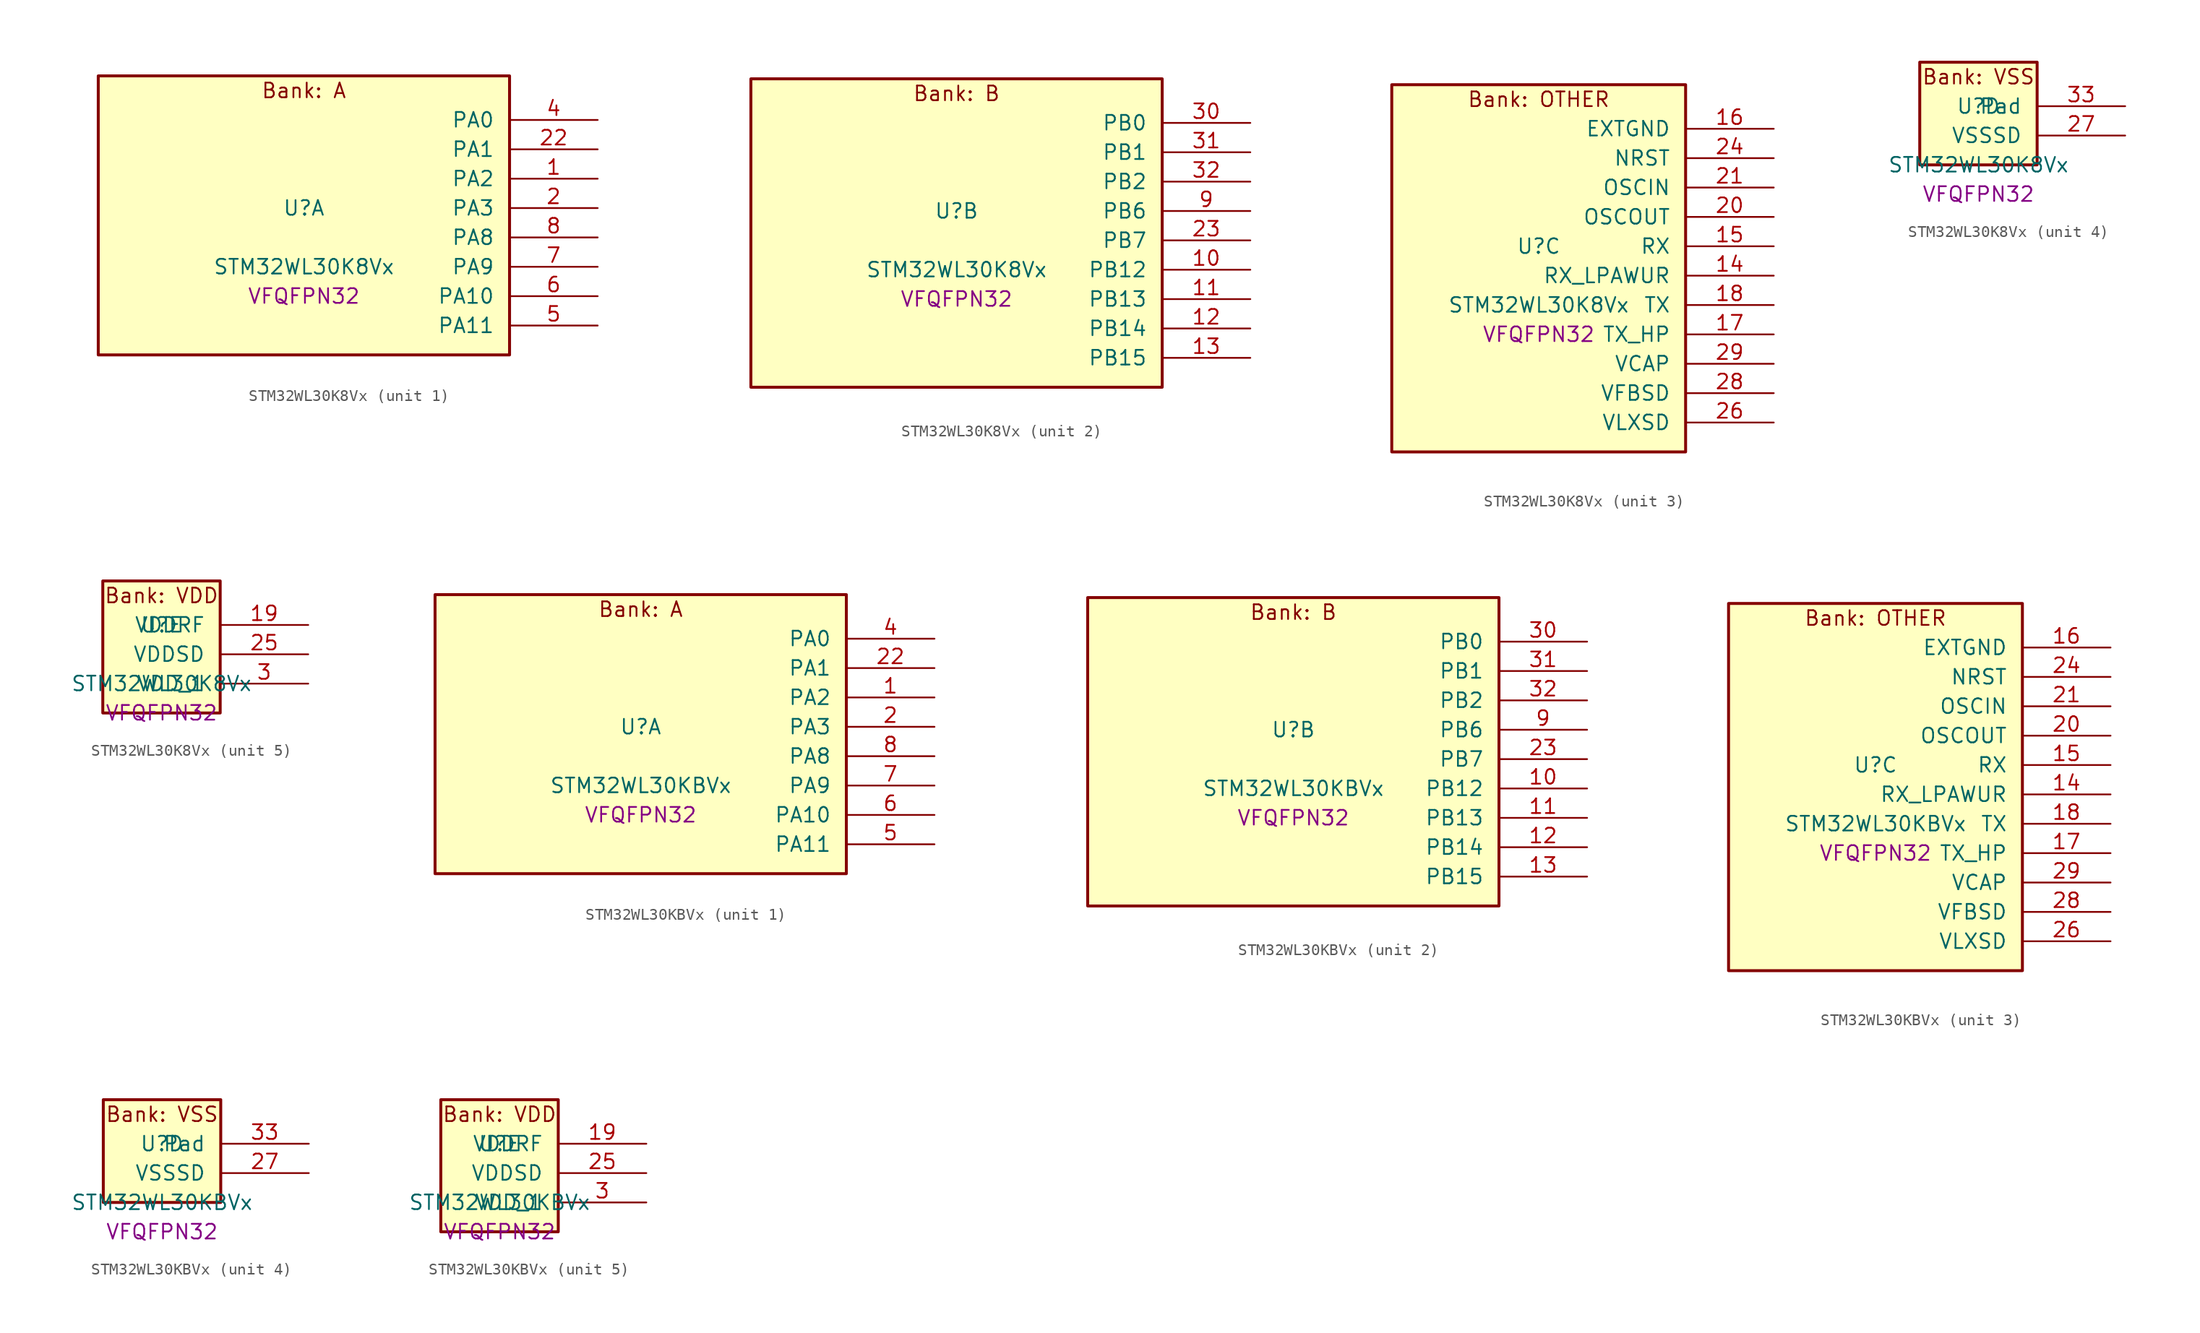
<source format=kicad_sym>
(kicad_symbol_lib
  (version 20241209)
  (generator "stm32_pkl_generator")
  (generator_version "1.0")
  (symbol "STM32WL30K8Vx"
    (pin_names
      (offset 1.27))
    (property "Reference" "U"
      (at 0 2.54 0))
    (property "Value" "STM32WL30K8Vx"
      (at 0 -2.54 0))
    (property "Footprint" "VFQFPN32"
      (at 0 -5.08 0))
    (symbol "STM32WL30K8Vx_1_1"
      (rectangle (start -17.78 13.97) (end 17.78 -10.16) (stroke (width 0.254) (type solid)) (fill (type background)))
      (text "Bank: A" (at 0 12.7 0))
      (pin bidirectional line (at 25.4 10.16 180) (length 7.62) (name "PA0") (number "4") (alternate "PA0/PWR_WKUP12" bidirectional line) (alternate "PA0/TIM2_CH3" bidirectional line) (alternate "PA0/USART1_CTS" bidirectional line))
      (pin bidirectional line (at 25.4 7.62 180) (length 7.62) (name "PA1") (number "22") (alternate "PA1/PWR_WKUP13" bidirectional line) (alternate "PA1/TIM16_BRK" bidirectional line) (alternate "PA1/TIM2_CH4" bidirectional line) (alternate "PA1/USART1_TX" bidirectional line))
      (pin bidirectional line (at 25.4 5.08 180) (length 7.62) (name "PA2") (number "1") (alternate "PA2/ADC1_VINM2" bidirectional line) (alternate "PA2/DEBUG_SWDIO" bidirectional line) (alternate "PA2/PWR_WKUP14" bidirectional line) (alternate "PA2/TIM16_CH1" bidirectional line) (alternate "PA2/TIM2_CH1" bidirectional line) (alternate "PA2/USART1_CK" bidirectional line))
      (pin bidirectional line (at 25.4 2.54 180) (length 7.62) (name "PA3") (number "2") (alternate "PA3/ADC1_VINP2" bidirectional line) (alternate "PA3/DEBUG_SWCLK" bidirectional line) (alternate "PA3/PWR_WKUP15" bidirectional line) (alternate "PA3/SPI3_SCK" bidirectional line) (alternate "PA3/TIM16_CH1N" bidirectional line) (alternate "PA3/TIM2_CH2" bidirectional line) (alternate "PA3/USART1_DE" bidirectional line) (alternate "PA3/USART1_RTS" bidirectional line))
      (pin bidirectional line (at 25.4 0 180) (length 7.62) (name "PA8") (number "8") (alternate "PA8/MRSUBG_RX_SEQUENCE" bidirectional line) (alternate "PA8/PWR_WKUP8" bidirectional line) (alternate "PA8/RTC_OUT" bidirectional line) (alternate "PA8/RTC_TAMP1" bidirectional line) (alternate "PA8/RTC_TS" bidirectional line) (alternate "PA8/SPI3_MISO" bidirectional line) (alternate "PA8/TIM2_CH3" bidirectional line) (alternate "PA8/USART1_RX" bidirectional line))
      (pin bidirectional line (at 25.4 -2.54 180) (length 7.62) (name "PA9") (number "7") (alternate "PA9/PWR_WKUP9" bidirectional line) (alternate "PA9/RTC_OUT" bidirectional line) (alternate "PA9/SPI3_NSS" bidirectional line) (alternate "PA9/TIM2_CH4" bidirectional line) (alternate "PA9/USART1_TX" bidirectional line))
      (pin bidirectional line (at 25.4 -5.08 180) (length 7.62) (name "PA10") (number "6") (alternate "PA10/LPUART1_CTS" bidirectional line) (alternate "PA10/MRSUBG_TX_DATA" bidirectional line) (alternate "PA10/MRSUBG_TX_SEQUENCE" bidirectional line) (alternate "PA10/PWR_WKUP10" bidirectional line))
      (pin bidirectional line (at 25.4 -7.62 180) (length 7.62) (name "PA11") (number "5") (alternate "PA11/MRSUBG_RX_SEQUENCE" bidirectional line) (alternate "PA11/MRSUBG_TX_CLOCK" bidirectional line) (alternate "PA11/PWR_WKUP11" bidirectional line) (alternate "PA11/RCC_MCO" bidirectional line) (alternate "PA11/SPI3_MOSI" bidirectional line)))
    (symbol "STM32WL30K8Vx_2_1"
      (rectangle (start -17.78 13.97) (end 17.78 -12.7) (stroke (width 0.254) (type solid)) (fill (type background)))
      (text "Bank: B" (at 0 12.7 0))
      (pin bidirectional line (at 25.4 10.16 180) (length 7.62) (name "PB0") (number "30") (alternate "PB0/ADC1_VINM1" bidirectional line) (alternate "PB0/LPUART1_DE" bidirectional line) (alternate "PB0/LPUART1_RTS" bidirectional line) (alternate "PB0/MRSUBG_ANTENNA_SWITCH" bidirectional line) (alternate "PB0/PWR_WKUP0" bidirectional line) (alternate "PB0/TIM16_CH1" bidirectional line) (alternate "PB0/USART1_RX" bidirectional line))
      (pin bidirectional line (at 25.4 7.62 180) (length 7.62) (name "PB1") (number "31") (alternate "PB1/ADC1_VINP1" bidirectional line) (alternate "PB1/DEBUG_SWDIO" bidirectional line) (alternate "PB1/MRSUBG_RX_DATA" bidirectional line) (alternate "PB1/PWR_WKUP1" bidirectional line) (alternate "PB1/TIM16_CH1N" bidirectional line) (alternate "PB1/USART1_CK" bidirectional line))
      (pin bidirectional line (at 25.4 5.08 180) (length 7.62) (name "PB2") (number "32") (alternate "PB2/ADC1_VINM0" bidirectional line) (alternate "PB2/DEBUG_SWCLK" bidirectional line) (alternate "PB2/MRSUBG_RX_CLOCK" bidirectional line) (alternate "PB2/PWR_WKUP2" bidirectional line) (alternate "PB2/TIM16_BRK" bidirectional line) (alternate "PB2/USART1_DE" bidirectional line) (alternate "PB2/USART1_RTS" bidirectional line))
      (pin bidirectional line (at 25.4 2.54 180) (length 7.62) (name "PB6") (number "9") (alternate "PB6/LPUART1_TX" bidirectional line) (alternate "PB6/PWR_WKUP6" bidirectional line) (alternate "PB6/SPI3_SCK" bidirectional line) (alternate "PB6/TIM2_CH3" bidirectional line))
      (pin bidirectional line (at 25.4 0 180) (length 7.62) (name "PB7") (number "23") (alternate "PB7/LPUART1_RX" bidirectional line) (alternate "PB7/PWR_WKUP7" bidirectional line) (alternate "PB7/SPI3_MOSI" bidirectional line) (alternate "PB7/TIM2_ETR" bidirectional line))
      (pin bidirectional line (at 25.4 -2.54 180) (length 7.62) (name "PB12") (number "10") (alternate "PB12/LPUART1_CTS" bidirectional line) (alternate "PB12/RCC_LCO" bidirectional line) (alternate "PB12/RCC_OSC32_OUT" bidirectional line) (alternate "PB12/TIM2_CH3" bidirectional line) (alternate "PB12/USART1_DE" bidirectional line) (alternate "PB12/USART1_RTS" bidirectional line))
      (pin bidirectional line (at 25.4 -5.08 180) (length 7.62) (name "PB13") (number "11") (alternate "PB13/RCC_OSC32_IN" bidirectional line) (alternate "PB13/TIM2_CH4" bidirectional line))
      (pin bidirectional line (at 25.4 -7.62 180) (length 7.62) (name "PB14") (number "12") (alternate "PB14/MRSUBG_TX_SEQUENCE" bidirectional line) (alternate "PB14/PWR_PVD_IN" bidirectional line) (alternate "PB14/RCC_MCO" bidirectional line) (alternate "PB14/TIM2_ETR" bidirectional line) (alternate "PB14/USART1_RX" bidirectional line))
      (pin bidirectional line (at 25.4 -10.16 180) (length 7.62) (name "PB15") (number "13") (alternate "PB15/USART1_TX" bidirectional line)))
    (symbol "STM32WL30K8Vx_3_1"
      (rectangle (start -12.7 16.51) (end 12.7 -15.24) (stroke (width 0.254) (type solid)) (fill (type background)))
      (text "Bank: OTHER" (at 0 15.24 0))
      (pin power_in line (at 20.32 12.7 180) (length 7.62) (name "EXTGND") (number "16"))
      (pin input line (at 20.32 10.16 180) (length 7.62) (name "NRST") (number "24"))
      (pin bidirectional line (at 20.32 7.62 180) (length 7.62) (name "OSCIN") (number "21") (alternate "OSCIN/RCC_OSC_IN" bidirectional line))
      (pin bidirectional line (at 20.32 5.08 180) (length 7.62) (name "OSCOUT") (number "20") (alternate "OSCOUT/RCC_OSC_OUT" bidirectional line))
      (pin input line (at 20.32 2.54 180) (length 7.62) (name "RX") (number "15"))
      (pin input line (at 20.32 0 180) (length 7.62) (name "RX_LPAWUR") (number "14"))
      (pin input line (at 20.32 -2.54 180) (length 7.62) (name "TX") (number "18"))
      (pin input line (at 20.32 -5.08 180) (length 7.62) (name "TX_HP") (number "17"))
      (pin power_in line (at 20.32 -7.62 180) (length 7.62) (name "VCAP") (number "29"))
      (pin power_in line (at 20.32 -10.16 180) (length 7.62) (name "VFBSD") (number "28"))
      (pin power_in line (at 20.32 -12.7 180) (length 7.62) (name "VLXSD") (number "26")))
    (symbol "STM32WL30K8Vx_4_1"
      (rectangle (start -5.08 6.35) (end 5.08 -2.54) (stroke (width 0.254) (type solid)) (fill (type background)))
      (text "Bank: VSS" (at 0 5.08 0))
      (pin passive line (at 12.7 2.54 180) (length 7.62) (name "Pad") (number "33"))
      (pin power_in line (at 12.7 0 180) (length 7.62) (name "VSSSD") (number "27")))
    (symbol "STM32WL30K8Vx_5_1"
      (rectangle (start -5.08 6.35) (end 5.08 -5.08) (stroke (width 0.254) (type solid)) (fill (type background)))
      (text "Bank: VDD" (at 0 5.08 0))
      (pin power_in line (at 12.7 2.54 180) (length 7.62) (name "VDDRF") (number "19"))
      (pin power_in line (at 12.7 0 180) (length 7.62) (name "VDDSD") (number "25"))
      (pin power_in line (at 12.7 -2.54 180) (length 7.62) (name "VDD_1") (number "3"))))
  (symbol "STM32WL30KBVx"
    (pin_names
      (offset 1.27))
    (property "Reference" "U"
      (at 0 2.54 0))
    (property "Value" "STM32WL30KBVx"
      (at 0 -2.54 0))
    (property "Footprint" "VFQFPN32"
      (at 0 -5.08 0))
    (symbol "STM32WL30KBVx_1_1"
      (rectangle (start -17.78 13.97) (end 17.78 -10.16) (stroke (width 0.254) (type solid)) (fill (type background)))
      (text "Bank: A" (at 0 12.7 0))
      (pin bidirectional line (at 25.4 10.16 180) (length 7.62) (name "PA0") (number "4") (alternate "PA0/PWR_WKUP12" bidirectional line) (alternate "PA0/TIM2_CH3" bidirectional line) (alternate "PA0/USART1_CTS" bidirectional line))
      (pin bidirectional line (at 25.4 7.62 180) (length 7.62) (name "PA1") (number "22") (alternate "PA1/PWR_WKUP13" bidirectional line) (alternate "PA1/TIM16_BRK" bidirectional line) (alternate "PA1/TIM2_CH4" bidirectional line) (alternate "PA1/USART1_TX" bidirectional line))
      (pin bidirectional line (at 25.4 5.08 180) (length 7.62) (name "PA2") (number "1") (alternate "PA2/ADC1_VINM2" bidirectional line) (alternate "PA2/DEBUG_SWDIO" bidirectional line) (alternate "PA2/PWR_WKUP14" bidirectional line) (alternate "PA2/TIM16_CH1" bidirectional line) (alternate "PA2/TIM2_CH1" bidirectional line) (alternate "PA2/USART1_CK" bidirectional line))
      (pin bidirectional line (at 25.4 2.54 180) (length 7.62) (name "PA3") (number "2") (alternate "PA3/ADC1_VINP2" bidirectional line) (alternate "PA3/DEBUG_SWCLK" bidirectional line) (alternate "PA3/PWR_WKUP15" bidirectional line) (alternate "PA3/SPI3_SCK" bidirectional line) (alternate "PA3/TIM16_CH1N" bidirectional line) (alternate "PA3/TIM2_CH2" bidirectional line) (alternate "PA3/USART1_DE" bidirectional line) (alternate "PA3/USART1_RTS" bidirectional line))
      (pin bidirectional line (at 25.4 0 180) (length 7.62) (name "PA8") (number "8") (alternate "PA8/MRSUBG_RX_SEQUENCE" bidirectional line) (alternate "PA8/PWR_WKUP8" bidirectional line) (alternate "PA8/RTC_OUT" bidirectional line) (alternate "PA8/RTC_TAMP1" bidirectional line) (alternate "PA8/RTC_TS" bidirectional line) (alternate "PA8/SPI3_MISO" bidirectional line) (alternate "PA8/TIM2_CH3" bidirectional line) (alternate "PA8/USART1_RX" bidirectional line))
      (pin bidirectional line (at 25.4 -2.54 180) (length 7.62) (name "PA9") (number "7") (alternate "PA9/PWR_WKUP9" bidirectional line) (alternate "PA9/RTC_OUT" bidirectional line) (alternate "PA9/SPI3_NSS" bidirectional line) (alternate "PA9/TIM2_CH4" bidirectional line) (alternate "PA9/USART1_TX" bidirectional line))
      (pin bidirectional line (at 25.4 -5.08 180) (length 7.62) (name "PA10") (number "6") (alternate "PA10/LPUART1_CTS" bidirectional line) (alternate "PA10/MRSUBG_TX_DATA" bidirectional line) (alternate "PA10/MRSUBG_TX_SEQUENCE" bidirectional line) (alternate "PA10/PWR_WKUP10" bidirectional line))
      (pin bidirectional line (at 25.4 -7.62 180) (length 7.62) (name "PA11") (number "5") (alternate "PA11/MRSUBG_RX_SEQUENCE" bidirectional line) (alternate "PA11/MRSUBG_TX_CLOCK" bidirectional line) (alternate "PA11/PWR_WKUP11" bidirectional line) (alternate "PA11/RCC_MCO" bidirectional line) (alternate "PA11/SPI3_MOSI" bidirectional line)))
    (symbol "STM32WL30KBVx_2_1"
      (rectangle (start -17.78 13.97) (end 17.78 -12.7) (stroke (width 0.254) (type solid)) (fill (type background)))
      (text "Bank: B" (at 0 12.7 0))
      (pin bidirectional line (at 25.4 10.16 180) (length 7.62) (name "PB0") (number "30") (alternate "PB0/ADC1_VINM1" bidirectional line) (alternate "PB0/LPUART1_DE" bidirectional line) (alternate "PB0/LPUART1_RTS" bidirectional line) (alternate "PB0/MRSUBG_ANTENNA_SWITCH" bidirectional line) (alternate "PB0/PWR_WKUP0" bidirectional line) (alternate "PB0/TIM16_CH1" bidirectional line) (alternate "PB0/USART1_RX" bidirectional line))
      (pin bidirectional line (at 25.4 7.62 180) (length 7.62) (name "PB1") (number "31") (alternate "PB1/ADC1_VINP1" bidirectional line) (alternate "PB1/DEBUG_SWDIO" bidirectional line) (alternate "PB1/MRSUBG_RX_DATA" bidirectional line) (alternate "PB1/PWR_WKUP1" bidirectional line) (alternate "PB1/TIM16_CH1N" bidirectional line) (alternate "PB1/USART1_CK" bidirectional line))
      (pin bidirectional line (at 25.4 5.08 180) (length 7.62) (name "PB2") (number "32") (alternate "PB2/ADC1_VINM0" bidirectional line) (alternate "PB2/DEBUG_SWCLK" bidirectional line) (alternate "PB2/MRSUBG_RX_CLOCK" bidirectional line) (alternate "PB2/PWR_WKUP2" bidirectional line) (alternate "PB2/TIM16_BRK" bidirectional line) (alternate "PB2/USART1_DE" bidirectional line) (alternate "PB2/USART1_RTS" bidirectional line))
      (pin bidirectional line (at 25.4 2.54 180) (length 7.62) (name "PB6") (number "9") (alternate "PB6/LPUART1_TX" bidirectional line) (alternate "PB6/PWR_WKUP6" bidirectional line) (alternate "PB6/SPI3_SCK" bidirectional line) (alternate "PB6/TIM2_CH3" bidirectional line))
      (pin bidirectional line (at 25.4 0 180) (length 7.62) (name "PB7") (number "23") (alternate "PB7/LPUART1_RX" bidirectional line) (alternate "PB7/PWR_WKUP7" bidirectional line) (alternate "PB7/SPI3_MOSI" bidirectional line) (alternate "PB7/TIM2_ETR" bidirectional line))
      (pin bidirectional line (at 25.4 -2.54 180) (length 7.62) (name "PB12") (number "10") (alternate "PB12/LPUART1_CTS" bidirectional line) (alternate "PB12/RCC_LCO" bidirectional line) (alternate "PB12/RCC_OSC32_OUT" bidirectional line) (alternate "PB12/TIM2_CH3" bidirectional line) (alternate "PB12/USART1_DE" bidirectional line) (alternate "PB12/USART1_RTS" bidirectional line))
      (pin bidirectional line (at 25.4 -5.08 180) (length 7.62) (name "PB13") (number "11") (alternate "PB13/RCC_OSC32_IN" bidirectional line) (alternate "PB13/TIM2_CH4" bidirectional line))
      (pin bidirectional line (at 25.4 -7.62 180) (length 7.62) (name "PB14") (number "12") (alternate "PB14/MRSUBG_TX_SEQUENCE" bidirectional line) (alternate "PB14/PWR_PVD_IN" bidirectional line) (alternate "PB14/RCC_MCO" bidirectional line) (alternate "PB14/TIM2_ETR" bidirectional line) (alternate "PB14/USART1_RX" bidirectional line))
      (pin bidirectional line (at 25.4 -10.16 180) (length 7.62) (name "PB15") (number "13") (alternate "PB15/USART1_TX" bidirectional line)))
    (symbol "STM32WL30KBVx_3_1"
      (rectangle (start -12.7 16.51) (end 12.7 -15.24) (stroke (width 0.254) (type solid)) (fill (type background)))
      (text "Bank: OTHER" (at 0 15.24 0))
      (pin power_in line (at 20.32 12.7 180) (length 7.62) (name "EXTGND") (number "16"))
      (pin input line (at 20.32 10.16 180) (length 7.62) (name "NRST") (number "24"))
      (pin bidirectional line (at 20.32 7.62 180) (length 7.62) (name "OSCIN") (number "21") (alternate "OSCIN/RCC_OSC_IN" bidirectional line))
      (pin bidirectional line (at 20.32 5.08 180) (length 7.62) (name "OSCOUT") (number "20") (alternate "OSCOUT/RCC_OSC_OUT" bidirectional line))
      (pin input line (at 20.32 2.54 180) (length 7.62) (name "RX") (number "15"))
      (pin input line (at 20.32 0 180) (length 7.62) (name "RX_LPAWUR") (number "14"))
      (pin input line (at 20.32 -2.54 180) (length 7.62) (name "TX") (number "18"))
      (pin input line (at 20.32 -5.08 180) (length 7.62) (name "TX_HP") (number "17"))
      (pin power_in line (at 20.32 -7.62 180) (length 7.62) (name "VCAP") (number "29"))
      (pin power_in line (at 20.32 -10.16 180) (length 7.62) (name "VFBSD") (number "28"))
      (pin power_in line (at 20.32 -12.7 180) (length 7.62) (name "VLXSD") (number "26")))
    (symbol "STM32WL30KBVx_4_1"
      (rectangle (start -5.08 6.35) (end 5.08 -2.54) (stroke (width 0.254) (type solid)) (fill (type background)))
      (text "Bank: VSS" (at 0 5.08 0))
      (pin passive line (at 12.7 2.54 180) (length 7.62) (name "Pad") (number "33"))
      (pin power_in line (at 12.7 0 180) (length 7.62) (name "VSSSD") (number "27")))
    (symbol "STM32WL30KBVx_5_1"
      (rectangle (start -5.08 6.35) (end 5.08 -5.08) (stroke (width 0.254) (type solid)) (fill (type background)))
      (text "Bank: VDD" (at 0 5.08 0))
      (pin power_in line (at 12.7 2.54 180) (length 7.62) (name "VDDRF") (number "19"))
      (pin power_in line (at 12.7 0 180) (length 7.62) (name "VDDSD") (number "25"))
      (pin power_in line (at 12.7 -2.54 180) (length 7.62) (name "VDD_1") (number "3")))))
</source>
